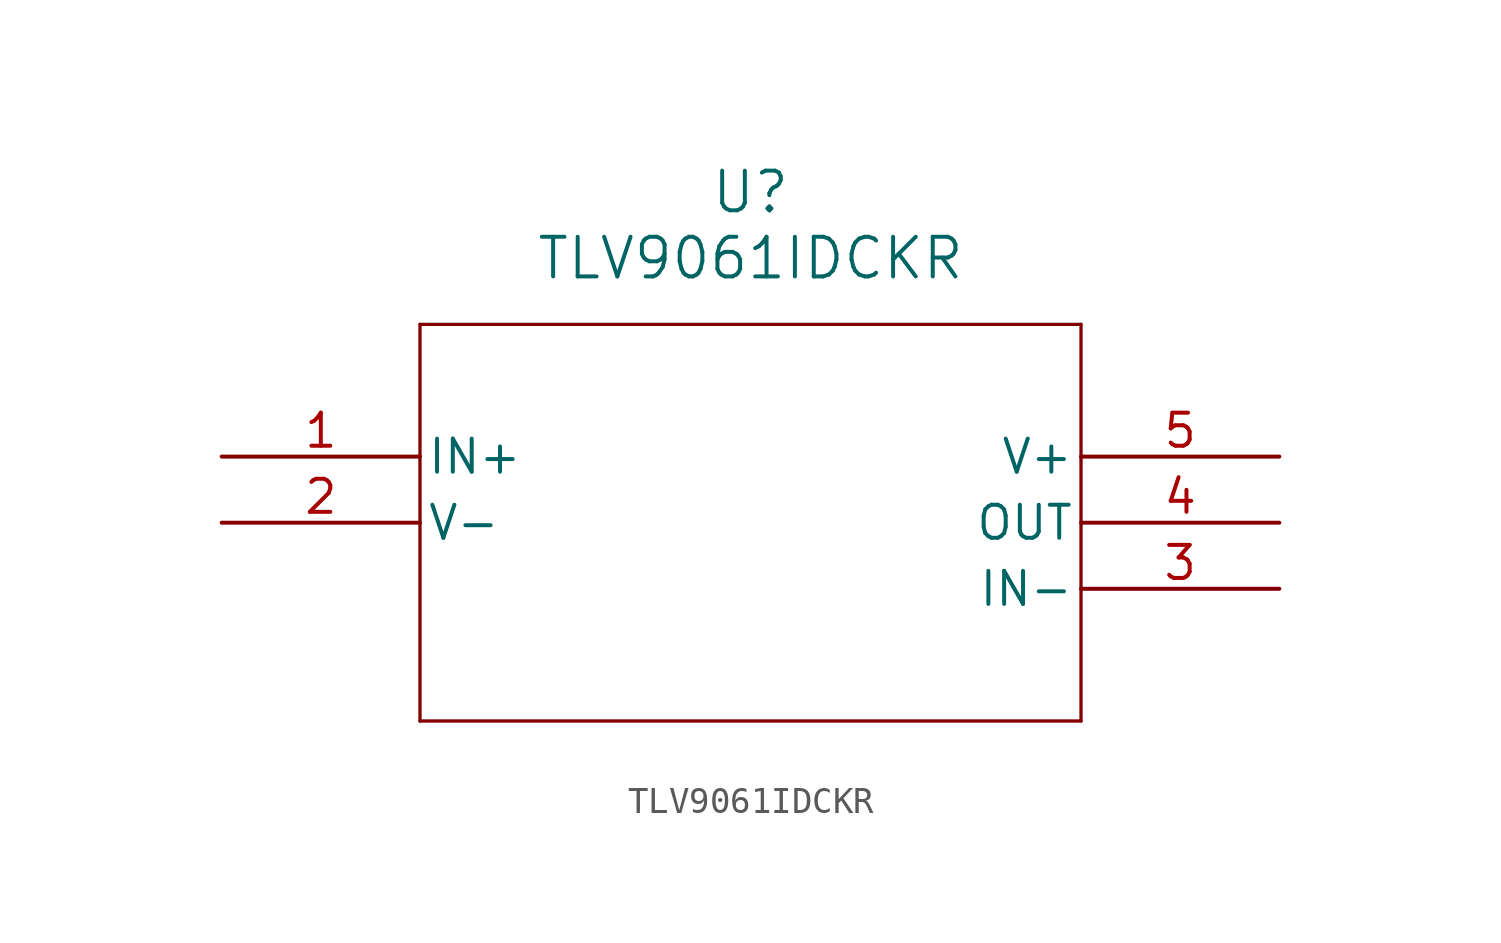
<source format=kicad_sym>
(kicad_symbol_lib
  (version 20211014)
  (generator kicad_symbol_editor)
  (symbol "TLV9061IDCKR"
    (pin_names
      (offset 0.254))
    (property "Reference" "U"
      (at 20.32 10.16 0)
      (effects (font (size 1.524 1.524))))
    (property "Value" "TLV9061IDCKR"
      (at 20.32 7.62 0)
      (effects (font (size 1.524 1.524))))
    (symbol "TLV9061IDCKR_0_1"
      (polyline (pts (xy 7.62 5.08) (xy 7.62 -10.16)) (stroke (width 0.127) (type default) (color 0 0 0 0)) (fill (type none)))
      (polyline (pts (xy 7.62 -10.16) (xy 33.02 -10.16)) (stroke (width 0.127) (type default) (color 0 0 0 0)) (fill (type none)))
      (polyline (pts (xy 33.02 -10.16) (xy 33.02 5.08)) (stroke (width 0.127) (type default) (color 0 0 0 0)) (fill (type none)))
      (polyline (pts (xy 33.02 5.08) (xy 7.62 5.08)) (stroke (width 0.127) (type default) (color 0 0 0 0)) (fill (type none)))
      (pin input line (at 0 0 0) (length 7.62) (name "IN+" (effects (font (size 1.27 1.27)))) (number "1" (effects (font (size 1.27 1.27)))))
      (pin power_in line (at 0 -2.54 0) (length 7.62) (name "V-" (effects (font (size 1.27 1.27)))) (number "2" (effects (font (size 1.27 1.27)))))
      (pin input line (at 40.64 -5.08 180) (length 7.62) (name "IN-" (effects (font (size 1.27 1.27)))) (number "3" (effects (font (size 1.27 1.27)))))
      (pin output line (at 40.64 -2.54 180) (length 7.62) (name "OUT" (effects (font (size 1.27 1.27)))) (number "4" (effects (font (size 1.27 1.27)))))
      (pin power_in line (at 40.64 0 180) (length 7.62) (name "V+" (effects (font (size 1.27 1.27)))) (number "5" (effects (font (size 1.27 1.27))))))))
</source>
